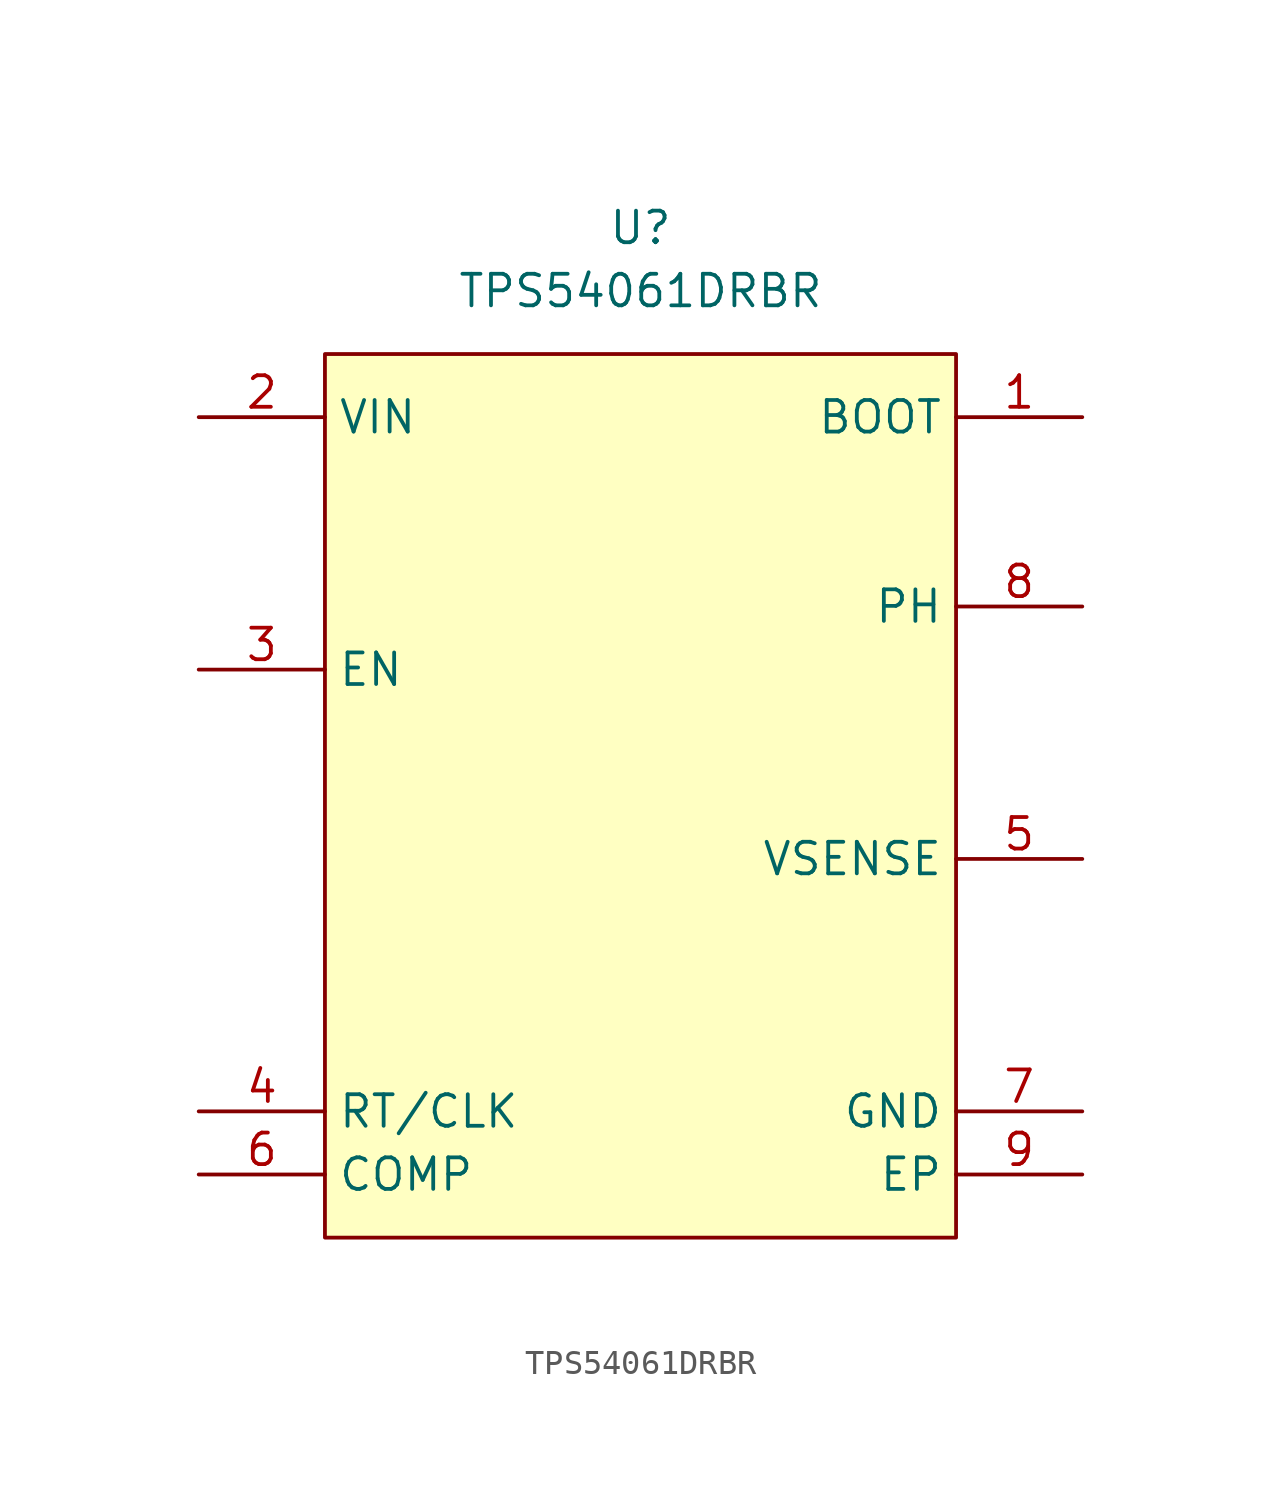
<source format=kicad_sym>
(kicad_symbol_lib
  (version 20241209)
  (generator "kicad_symbol_editor")
  (generator_version "9.0")
  (symbol "TPS54061DRBR"
    (property "Reference" "U"
      (at 0 5.08 0)
      (effects (font (size 1.27 1.27))))
    (property "Value" "TPS54061DRBR"
      (at 0 2.54 0)
      (effects (font (size 1.27 1.27))))
    (symbol "TPS54061DRBR_1_1"
      (rectangle (start -12.7 0) (end 12.7 -35.56) (stroke (width 0) (type solid)) (fill (type background)))
      (pin power_in line (at -17.78 -2.54 0) (length 5.08) (name "VIN" (effects (font (size 1.27 1.27)))) (number "2" (effects (font (size 1.27 1.27)))))
      (pin input line (at -17.78 -12.7 0) (length 5.08) (name "EN" (effects (font (size 1.27 1.27)))) (number "3" (effects (font (size 1.27 1.27)))))
      (pin input line (at -17.78 -30.48 0) (length 5.08) (name "RT/CLK" (effects (font (size 1.27 1.27)))) (number "4" (effects (font (size 1.27 1.27)))))
      (pin output line (at -17.78 -33.02 0) (length 5.08) (name "COMP" (effects (font (size 1.27 1.27)))) (number "6" (effects (font (size 1.27 1.27)))))
      (pin output line (at 17.78 -2.54 180) (length 5.08) (name "BOOT" (effects (font (size 1.27 1.27)))) (number "1" (effects (font (size 1.27 1.27)))))
      (pin power_out line (at 17.78 -10.16 180) (length 5.08) (name "PH" (effects (font (size 1.27 1.27)))) (number "8" (effects (font (size 1.27 1.27)))))
      (pin input line (at 17.78 -20.32 180) (length 5.08) (name "VSENSE" (effects (font (size 1.27 1.27)))) (number "5" (effects (font (size 1.27 1.27)))))
      (pin passive line (at 17.78 -30.48 180) (length 5.08) (name "GND" (effects (font (size 1.27 1.27)))) (number "7" (effects (font (size 1.27 1.27)))))
      (pin passive line (at 17.78 -33.02 180) (length 5.08) (name "EP" (effects (font (size 1.27 1.27)))) (number "9" (effects (font (size 1.27 1.27))))))))
</source>
